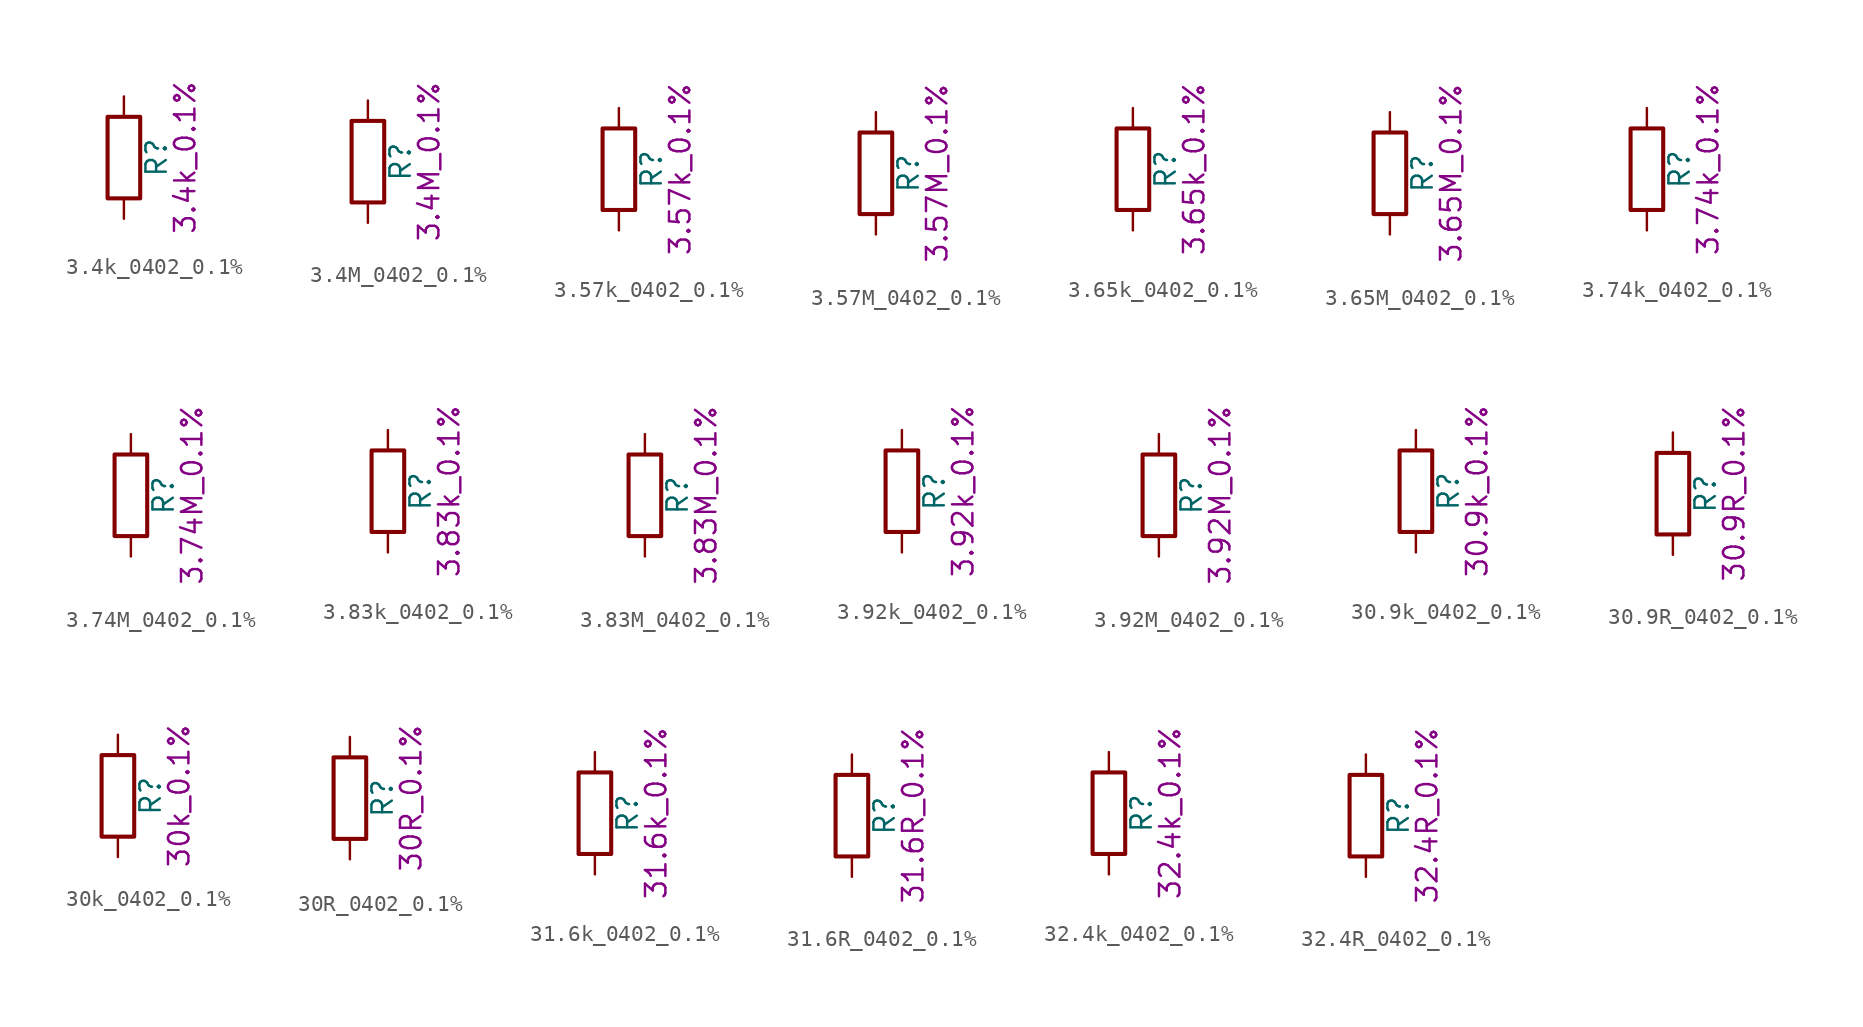
<source format=kicad_sym>
(kicad_symbol_lib
  (version 20211014)
  (generator kicad_symbol_editor)
  (symbol "3.4k_0402_0.1%"
    (pin_numbers hide)
    (pin_names
      (offset 0))
    (property "Reference" "R"
      (at 2.032 0 90)
      (effects (font (size 1.27 1.27))))
    (property "Display" "3.4k_0.1%"
      (at 3.81 0 90)
      (effects (font (size 1.27 1.27))))
    (symbol "3.4k_0402_0.1%_0_1"
      (rectangle (start -1.016 -2.54) (end 1.016 2.54) (stroke (width 0.254) (type default) (color 0 0 0 0)) (fill (type none))))
    (symbol "3.4k_0402_0.1%_1_1"
      (pin passive line (at 0 3.81 270) (length 1.27) (name "~" (effects (font (size 1.27 1.27)))) (number "1" (effects (font (size 1.27 1.27)))))
      (pin passive line (at 0 -3.81 90) (length 1.27) (name "~" (effects (font (size 1.27 1.27)))) (number "2" (effects (font (size 1.27 1.27)))))))
  (symbol "3.4M_0402_0.1%"
    (pin_numbers hide)
    (pin_names
      (offset 0))
    (property "Reference" "R"
      (at 2.032 0 90)
      (effects (font (size 1.27 1.27))))
    (property "Display" "3.4M_0.1%"
      (at 3.81 0 90)
      (effects (font (size 1.27 1.27))))
    (symbol "3.4M_0402_0.1%_0_1"
      (rectangle (start -1.016 -2.54) (end 1.016 2.54) (stroke (width 0.254) (type default) (color 0 0 0 0)) (fill (type none))))
    (symbol "3.4M_0402_0.1%_1_1"
      (pin passive line (at 0 3.81 270) (length 1.27) (name "~" (effects (font (size 1.27 1.27)))) (number "1" (effects (font (size 1.27 1.27)))))
      (pin passive line (at 0 -3.81 90) (length 1.27) (name "~" (effects (font (size 1.27 1.27)))) (number "2" (effects (font (size 1.27 1.27)))))))
  (symbol "3.57k_0402_0.1%"
    (pin_numbers hide)
    (pin_names
      (offset 0))
    (property "Reference" "R"
      (at 2.032 0 90)
      (effects (font (size 1.27 1.27))))
    (property "Display" "3.57k_0.1%"
      (at 3.81 0 90)
      (effects (font (size 1.27 1.27))))
    (symbol "3.57k_0402_0.1%_0_1"
      (rectangle (start -1.016 -2.54) (end 1.016 2.54) (stroke (width 0.254) (type default) (color 0 0 0 0)) (fill (type none))))
    (symbol "3.57k_0402_0.1%_1_1"
      (pin passive line (at 0 3.81 270) (length 1.27) (name "~" (effects (font (size 1.27 1.27)))) (number "1" (effects (font (size 1.27 1.27)))))
      (pin passive line (at 0 -3.81 90) (length 1.27) (name "~" (effects (font (size 1.27 1.27)))) (number "2" (effects (font (size 1.27 1.27)))))))
  (symbol "3.57M_0402_0.1%"
    (pin_numbers hide)
    (pin_names
      (offset 0))
    (property "Reference" "R"
      (at 2.032 0 90)
      (effects (font (size 1.27 1.27))))
    (property "Display" "3.57M_0.1%"
      (at 3.81 0 90)
      (effects (font (size 1.27 1.27))))
    (symbol "3.57M_0402_0.1%_0_1"
      (rectangle (start -1.016 -2.54) (end 1.016 2.54) (stroke (width 0.254) (type default) (color 0 0 0 0)) (fill (type none))))
    (symbol "3.57M_0402_0.1%_1_1"
      (pin passive line (at 0 3.81 270) (length 1.27) (name "~" (effects (font (size 1.27 1.27)))) (number "1" (effects (font (size 1.27 1.27)))))
      (pin passive line (at 0 -3.81 90) (length 1.27) (name "~" (effects (font (size 1.27 1.27)))) (number "2" (effects (font (size 1.27 1.27)))))))
  (symbol "3.65k_0402_0.1%"
    (pin_numbers hide)
    (pin_names
      (offset 0))
    (property "Reference" "R"
      (at 2.032 0 90)
      (effects (font (size 1.27 1.27))))
    (property "Display" "3.65k_0.1%"
      (at 3.81 0 90)
      (effects (font (size 1.27 1.27))))
    (symbol "3.65k_0402_0.1%_0_1"
      (rectangle (start -1.016 -2.54) (end 1.016 2.54) (stroke (width 0.254) (type default) (color 0 0 0 0)) (fill (type none))))
    (symbol "3.65k_0402_0.1%_1_1"
      (pin passive line (at 0 3.81 270) (length 1.27) (name "~" (effects (font (size 1.27 1.27)))) (number "1" (effects (font (size 1.27 1.27)))))
      (pin passive line (at 0 -3.81 90) (length 1.27) (name "~" (effects (font (size 1.27 1.27)))) (number "2" (effects (font (size 1.27 1.27)))))))
  (symbol "3.65M_0402_0.1%"
    (pin_numbers hide)
    (pin_names
      (offset 0))
    (property "Reference" "R"
      (at 2.032 0 90)
      (effects (font (size 1.27 1.27))))
    (property "Display" "3.65M_0.1%"
      (at 3.81 0 90)
      (effects (font (size 1.27 1.27))))
    (symbol "3.65M_0402_0.1%_0_1"
      (rectangle (start -1.016 -2.54) (end 1.016 2.54) (stroke (width 0.254) (type default) (color 0 0 0 0)) (fill (type none))))
    (symbol "3.65M_0402_0.1%_1_1"
      (pin passive line (at 0 3.81 270) (length 1.27) (name "~" (effects (font (size 1.27 1.27)))) (number "1" (effects (font (size 1.27 1.27)))))
      (pin passive line (at 0 -3.81 90) (length 1.27) (name "~" (effects (font (size 1.27 1.27)))) (number "2" (effects (font (size 1.27 1.27)))))))
  (symbol "3.74k_0402_0.1%"
    (pin_numbers hide)
    (pin_names
      (offset 0))
    (property "Reference" "R"
      (at 2.032 0 90)
      (effects (font (size 1.27 1.27))))
    (property "Display" "3.74k_0.1%"
      (at 3.81 0 90)
      (effects (font (size 1.27 1.27))))
    (symbol "3.74k_0402_0.1%_0_1"
      (rectangle (start -1.016 -2.54) (end 1.016 2.54) (stroke (width 0.254) (type default) (color 0 0 0 0)) (fill (type none))))
    (symbol "3.74k_0402_0.1%_1_1"
      (pin passive line (at 0 3.81 270) (length 1.27) (name "~" (effects (font (size 1.27 1.27)))) (number "1" (effects (font (size 1.27 1.27)))))
      (pin passive line (at 0 -3.81 90) (length 1.27) (name "~" (effects (font (size 1.27 1.27)))) (number "2" (effects (font (size 1.27 1.27)))))))
  (symbol "3.74M_0402_0.1%"
    (pin_numbers hide)
    (pin_names
      (offset 0))
    (property "Reference" "R"
      (at 2.032 0 90)
      (effects (font (size 1.27 1.27))))
    (property "Display" "3.74M_0.1%"
      (at 3.81 0 90)
      (effects (font (size 1.27 1.27))))
    (symbol "3.74M_0402_0.1%_0_1"
      (rectangle (start -1.016 -2.54) (end 1.016 2.54) (stroke (width 0.254) (type default) (color 0 0 0 0)) (fill (type none))))
    (symbol "3.74M_0402_0.1%_1_1"
      (pin passive line (at 0 3.81 270) (length 1.27) (name "~" (effects (font (size 1.27 1.27)))) (number "1" (effects (font (size 1.27 1.27)))))
      (pin passive line (at 0 -3.81 90) (length 1.27) (name "~" (effects (font (size 1.27 1.27)))) (number "2" (effects (font (size 1.27 1.27)))))))
  (symbol "3.83k_0402_0.1%"
    (pin_numbers hide)
    (pin_names
      (offset 0))
    (property "Reference" "R"
      (at 2.032 0 90)
      (effects (font (size 1.27 1.27))))
    (property "Display" "3.83k_0.1%"
      (at 3.81 0 90)
      (effects (font (size 1.27 1.27))))
    (symbol "3.83k_0402_0.1%_0_1"
      (rectangle (start -1.016 -2.54) (end 1.016 2.54) (stroke (width 0.254) (type default) (color 0 0 0 0)) (fill (type none))))
    (symbol "3.83k_0402_0.1%_1_1"
      (pin passive line (at 0 3.81 270) (length 1.27) (name "~" (effects (font (size 1.27 1.27)))) (number "1" (effects (font (size 1.27 1.27)))))
      (pin passive line (at 0 -3.81 90) (length 1.27) (name "~" (effects (font (size 1.27 1.27)))) (number "2" (effects (font (size 1.27 1.27)))))))
  (symbol "3.83M_0402_0.1%"
    (pin_numbers hide)
    (pin_names
      (offset 0))
    (property "Reference" "R"
      (at 2.032 0 90)
      (effects (font (size 1.27 1.27))))
    (property "Display" "3.83M_0.1%"
      (at 3.81 0 90)
      (effects (font (size 1.27 1.27))))
    (symbol "3.83M_0402_0.1%_0_1"
      (rectangle (start -1.016 -2.54) (end 1.016 2.54) (stroke (width 0.254) (type default) (color 0 0 0 0)) (fill (type none))))
    (symbol "3.83M_0402_0.1%_1_1"
      (pin passive line (at 0 3.81 270) (length 1.27) (name "~" (effects (font (size 1.27 1.27)))) (number "1" (effects (font (size 1.27 1.27)))))
      (pin passive line (at 0 -3.81 90) (length 1.27) (name "~" (effects (font (size 1.27 1.27)))) (number "2" (effects (font (size 1.27 1.27)))))))
  (symbol "3.92k_0402_0.1%"
    (pin_numbers hide)
    (pin_names
      (offset 0))
    (property "Reference" "R"
      (at 2.032 0 90)
      (effects (font (size 1.27 1.27))))
    (property "Display" "3.92k_0.1%"
      (at 3.81 0 90)
      (effects (font (size 1.27 1.27))))
    (symbol "3.92k_0402_0.1%_0_1"
      (rectangle (start -1.016 -2.54) (end 1.016 2.54) (stroke (width 0.254) (type default) (color 0 0 0 0)) (fill (type none))))
    (symbol "3.92k_0402_0.1%_1_1"
      (pin passive line (at 0 3.81 270) (length 1.27) (name "~" (effects (font (size 1.27 1.27)))) (number "1" (effects (font (size 1.27 1.27)))))
      (pin passive line (at 0 -3.81 90) (length 1.27) (name "~" (effects (font (size 1.27 1.27)))) (number "2" (effects (font (size 1.27 1.27)))))))
  (symbol "3.92M_0402_0.1%"
    (pin_numbers hide)
    (pin_names
      (offset 0))
    (property "Reference" "R"
      (at 2.032 0 90)
      (effects (font (size 1.27 1.27))))
    (property "Display" "3.92M_0.1%"
      (at 3.81 0 90)
      (effects (font (size 1.27 1.27))))
    (symbol "3.92M_0402_0.1%_0_1"
      (rectangle (start -1.016 -2.54) (end 1.016 2.54) (stroke (width 0.254) (type default) (color 0 0 0 0)) (fill (type none))))
    (symbol "3.92M_0402_0.1%_1_1"
      (pin passive line (at 0 3.81 270) (length 1.27) (name "~" (effects (font (size 1.27 1.27)))) (number "1" (effects (font (size 1.27 1.27)))))
      (pin passive line (at 0 -3.81 90) (length 1.27) (name "~" (effects (font (size 1.27 1.27)))) (number "2" (effects (font (size 1.27 1.27)))))))
  (symbol "30.9k_0402_0.1%"
    (pin_numbers hide)
    (pin_names
      (offset 0))
    (property "Reference" "R"
      (at 2.032 0 90)
      (effects (font (size 1.27 1.27))))
    (property "Display" "30.9k_0.1%"
      (at 3.81 0 90)
      (effects (font (size 1.27 1.27))))
    (symbol "30.9k_0402_0.1%_0_1"
      (rectangle (start -1.016 -2.54) (end 1.016 2.54) (stroke (width 0.254) (type default) (color 0 0 0 0)) (fill (type none))))
    (symbol "30.9k_0402_0.1%_1_1"
      (pin passive line (at 0 3.81 270) (length 1.27) (name "~" (effects (font (size 1.27 1.27)))) (number "1" (effects (font (size 1.27 1.27)))))
      (pin passive line (at 0 -3.81 90) (length 1.27) (name "~" (effects (font (size 1.27 1.27)))) (number "2" (effects (font (size 1.27 1.27)))))))
  (symbol "30.9R_0402_0.1%"
    (pin_numbers hide)
    (pin_names
      (offset 0))
    (property "Reference" "R"
      (at 2.032 0 90)
      (effects (font (size 1.27 1.27))))
    (property "Display" "30.9R_0.1%"
      (at 3.81 0 90)
      (effects (font (size 1.27 1.27))))
    (symbol "30.9R_0402_0.1%_0_1"
      (rectangle (start -1.016 -2.54) (end 1.016 2.54) (stroke (width 0.254) (type default) (color 0 0 0 0)) (fill (type none))))
    (symbol "30.9R_0402_0.1%_1_1"
      (pin passive line (at 0 3.81 270) (length 1.27) (name "~" (effects (font (size 1.27 1.27)))) (number "1" (effects (font (size 1.27 1.27)))))
      (pin passive line (at 0 -3.81 90) (length 1.27) (name "~" (effects (font (size 1.27 1.27)))) (number "2" (effects (font (size 1.27 1.27)))))))
  (symbol "30k_0402_0.1%"
    (pin_numbers hide)
    (pin_names
      (offset 0))
    (property "Reference" "R"
      (at 2.032 0 90)
      (effects (font (size 1.27 1.27))))
    (property "Display" "30k_0.1%"
      (at 3.81 0 90)
      (effects (font (size 1.27 1.27))))
    (symbol "30k_0402_0.1%_0_1"
      (rectangle (start -1.016 -2.54) (end 1.016 2.54) (stroke (width 0.254) (type default) (color 0 0 0 0)) (fill (type none))))
    (symbol "30k_0402_0.1%_1_1"
      (pin passive line (at 0 3.81 270) (length 1.27) (name "~" (effects (font (size 1.27 1.27)))) (number "1" (effects (font (size 1.27 1.27)))))
      (pin passive line (at 0 -3.81 90) (length 1.27) (name "~" (effects (font (size 1.27 1.27)))) (number "2" (effects (font (size 1.27 1.27)))))))
  (symbol "30R_0402_0.1%"
    (pin_numbers hide)
    (pin_names
      (offset 0))
    (property "Reference" "R"
      (at 2.032 0 90)
      (effects (font (size 1.27 1.27))))
    (property "Display" "30R_0.1%"
      (at 3.81 0 90)
      (effects (font (size 1.27 1.27))))
    (symbol "30R_0402_0.1%_0_1"
      (rectangle (start -1.016 -2.54) (end 1.016 2.54) (stroke (width 0.254) (type default) (color 0 0 0 0)) (fill (type none))))
    (symbol "30R_0402_0.1%_1_1"
      (pin passive line (at 0 3.81 270) (length 1.27) (name "~" (effects (font (size 1.27 1.27)))) (number "1" (effects (font (size 1.27 1.27)))))
      (pin passive line (at 0 -3.81 90) (length 1.27) (name "~" (effects (font (size 1.27 1.27)))) (number "2" (effects (font (size 1.27 1.27)))))))
  (symbol "31.6k_0402_0.1%"
    (pin_numbers hide)
    (pin_names
      (offset 0))
    (property "Reference" "R"
      (at 2.032 0 90)
      (effects (font (size 1.27 1.27))))
    (property "Display" "31.6k_0.1%"
      (at 3.81 0 90)
      (effects (font (size 1.27 1.27))))
    (symbol "31.6k_0402_0.1%_0_1"
      (rectangle (start -1.016 -2.54) (end 1.016 2.54) (stroke (width 0.254) (type default) (color 0 0 0 0)) (fill (type none))))
    (symbol "31.6k_0402_0.1%_1_1"
      (pin passive line (at 0 3.81 270) (length 1.27) (name "~" (effects (font (size 1.27 1.27)))) (number "1" (effects (font (size 1.27 1.27)))))
      (pin passive line (at 0 -3.81 90) (length 1.27) (name "~" (effects (font (size 1.27 1.27)))) (number "2" (effects (font (size 1.27 1.27)))))))
  (symbol "31.6R_0402_0.1%"
    (pin_numbers hide)
    (pin_names
      (offset 0))
    (property "Reference" "R"
      (at 2.032 0 90)
      (effects (font (size 1.27 1.27))))
    (property "Display" "31.6R_0.1%"
      (at 3.81 0 90)
      (effects (font (size 1.27 1.27))))
    (symbol "31.6R_0402_0.1%_0_1"
      (rectangle (start -1.016 -2.54) (end 1.016 2.54) (stroke (width 0.254) (type default) (color 0 0 0 0)) (fill (type none))))
    (symbol "31.6R_0402_0.1%_1_1"
      (pin passive line (at 0 3.81 270) (length 1.27) (name "~" (effects (font (size 1.27 1.27)))) (number "1" (effects (font (size 1.27 1.27)))))
      (pin passive line (at 0 -3.81 90) (length 1.27) (name "~" (effects (font (size 1.27 1.27)))) (number "2" (effects (font (size 1.27 1.27)))))))
  (symbol "32.4k_0402_0.1%"
    (pin_numbers hide)
    (pin_names
      (offset 0))
    (property "Reference" "R"
      (at 2.032 0 90)
      (effects (font (size 1.27 1.27))))
    (property "Display" "32.4k_0.1%"
      (at 3.81 0 90)
      (effects (font (size 1.27 1.27))))
    (symbol "32.4k_0402_0.1%_0_1"
      (rectangle (start -1.016 -2.54) (end 1.016 2.54) (stroke (width 0.254) (type default) (color 0 0 0 0)) (fill (type none))))
    (symbol "32.4k_0402_0.1%_1_1"
      (pin passive line (at 0 3.81 270) (length 1.27) (name "~" (effects (font (size 1.27 1.27)))) (number "1" (effects (font (size 1.27 1.27)))))
      (pin passive line (at 0 -3.81 90) (length 1.27) (name "~" (effects (font (size 1.27 1.27)))) (number "2" (effects (font (size 1.27 1.27)))))))
  (symbol "32.4R_0402_0.1%"
    (pin_numbers hide)
    (pin_names
      (offset 0))
    (property "Reference" "R"
      (at 2.032 0 90)
      (effects (font (size 1.27 1.27))))
    (property "Display" "32.4R_0.1%"
      (at 3.81 0 90)
      (effects (font (size 1.27 1.27))))
    (symbol "32.4R_0402_0.1%_0_1"
      (rectangle (start -1.016 -2.54) (end 1.016 2.54) (stroke (width 0.254) (type default) (color 0 0 0 0)) (fill (type none))))
    (symbol "32.4R_0402_0.1%_1_1"
      (pin passive line (at 0 3.81 270) (length 1.27) (name "~" (effects (font (size 1.27 1.27)))) (number "1" (effects (font (size 1.27 1.27)))))
      (pin passive line (at 0 -3.81 90) (length 1.27) (name "~" (effects (font (size 1.27 1.27)))) (number "2" (effects (font (size 1.27 1.27))))))))
</source>
